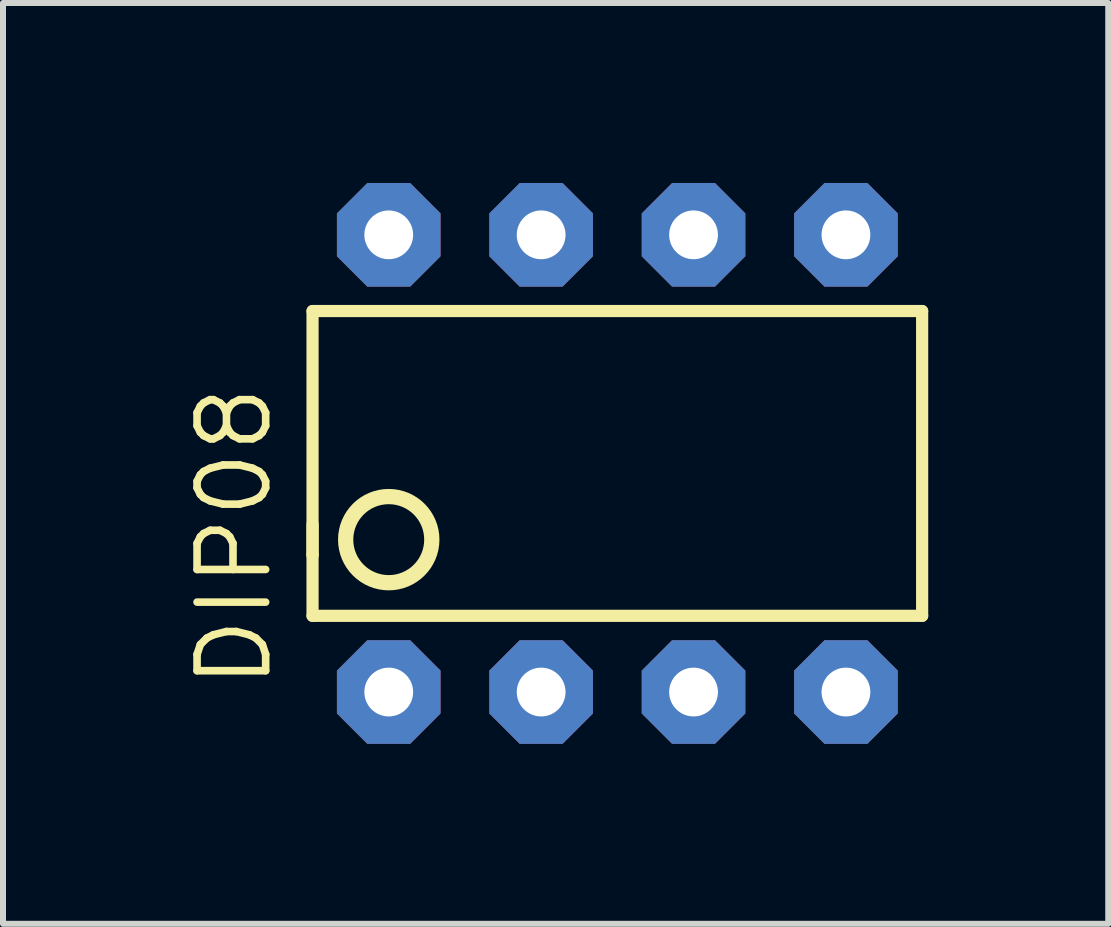
<source format=kicad_pcb>
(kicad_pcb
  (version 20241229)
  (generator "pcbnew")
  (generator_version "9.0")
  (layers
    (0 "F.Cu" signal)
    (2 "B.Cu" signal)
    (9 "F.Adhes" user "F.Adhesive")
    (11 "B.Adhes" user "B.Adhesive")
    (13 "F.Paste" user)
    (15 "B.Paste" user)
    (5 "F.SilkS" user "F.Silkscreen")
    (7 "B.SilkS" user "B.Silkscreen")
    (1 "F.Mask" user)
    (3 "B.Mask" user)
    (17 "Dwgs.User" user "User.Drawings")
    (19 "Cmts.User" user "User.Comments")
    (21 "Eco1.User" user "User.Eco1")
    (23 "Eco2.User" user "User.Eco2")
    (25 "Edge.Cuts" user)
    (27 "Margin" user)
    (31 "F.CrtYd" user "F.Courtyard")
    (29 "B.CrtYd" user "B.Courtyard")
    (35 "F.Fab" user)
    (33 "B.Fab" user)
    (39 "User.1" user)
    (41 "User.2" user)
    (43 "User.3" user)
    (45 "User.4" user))
  (footprint "DIP08"
    (layer "F.Cu")
    (at 7.239 4.674)
    (property "Reference" "DIP08" (at -5.715 3.81 90) (unlocked yes) (layer "F.SilkS") (effects (font (size 1.143 1.143) (thickness 0.127)) (justify left bottom)))
    (fp_line (start -5.08 -2.54) (end -5.08 1.524) (stroke (width 0.203) (type solid)) (layer "F.SilkS"))
    (fp_line (start -5.08 -2.54) (end 5.08 -2.54) (stroke (width 0.203) (type solid)) (layer "F.SilkS"))
    (fp_line (start -5.08 1.524) (end -5.08 1.016) (stroke (width 0.203) (type solid)) (layer "F.SilkS"))
    (fp_line (start -5.08 2.54) (end -5.08 1.524) (stroke (width 0.203) (type solid)) (layer "F.SilkS"))
    (fp_line (start -5.08 2.54) (end 5.08 2.54) (stroke (width 0.203) (type solid)) (layer "F.SilkS"))
    (fp_line (start 5.08 -2.54) (end 5.08 2.54) (stroke (width 0.203) (type solid)) (layer "F.SilkS"))
    (fp_circle (center -3.81 1.27) (end -3.092 1.27) (stroke (width 0.254) (type solid)) (fill no) (layer "F.SilkS"))
    (pad "1" thru_hole roundrect (at -3.81 3.81) (size 1.727 1.727) (drill 0.813) (layers "*.Cu" "*.Mask") (roundrect_rratio 0.25) (chamfer_ratio 0.293) (chamfer top_left top_right bottom_left bottom_right))
    (pad "2" thru_hole roundrect (at -1.27 3.81) (size 1.727 1.727) (drill 0.813) (layers "*.Cu" "*.Mask") (roundrect_rratio 0.25) (chamfer_ratio 0.293) (chamfer top_left top_right bottom_left bottom_right))
    (pad "3" thru_hole roundrect (at 1.27 3.81) (size 1.727 1.727) (drill 0.813) (layers "*.Cu" "*.Mask") (roundrect_rratio 0.25) (chamfer_ratio 0.293) (chamfer top_left top_right bottom_left bottom_right))
    (pad "4" thru_hole roundrect (at 3.81 3.81) (size 1.727 1.727) (drill 0.813) (layers "*.Cu" "*.Mask") (roundrect_rratio 0.25) (chamfer_ratio 0.293) (chamfer top_left top_right bottom_left bottom_right))
    (pad "5" thru_hole roundrect (at 3.81 -3.81) (size 1.727 1.727) (drill 0.813) (layers "*.Cu" "*.Mask") (roundrect_rratio 0.25) (chamfer_ratio 0.293) (chamfer top_left top_right bottom_left bottom_right))
    (pad "6" thru_hole roundrect (at 1.27 -3.81) (size 1.727 1.727) (drill 0.813) (layers "*.Cu" "*.Mask") (roundrect_rratio 0.25) (chamfer_ratio 0.293) (chamfer top_left top_right bottom_left bottom_right))
    (pad "7" thru_hole roundrect (at -1.27 -3.81) (size 1.727 1.727) (drill 0.813) (layers "*.Cu" "*.Mask") (roundrect_rratio 0.25) (chamfer_ratio 0.293) (chamfer top_left top_right bottom_left bottom_right))
    (pad "8" thru_hole roundrect (at -3.81 -3.81) (size 1.727 1.727) (drill 0.813) (layers "*.Cu" "*.Mask") (roundrect_rratio 0.25) (chamfer_ratio 0.293) (chamfer top_left top_right bottom_left bottom_right)))
  (gr_rect
    (start -3 -3)
    (end 15.421 12.347)
    (stroke (width 0.1) (type default))
    (fill no)
    (layer "Edge.Cuts")))
</source>
